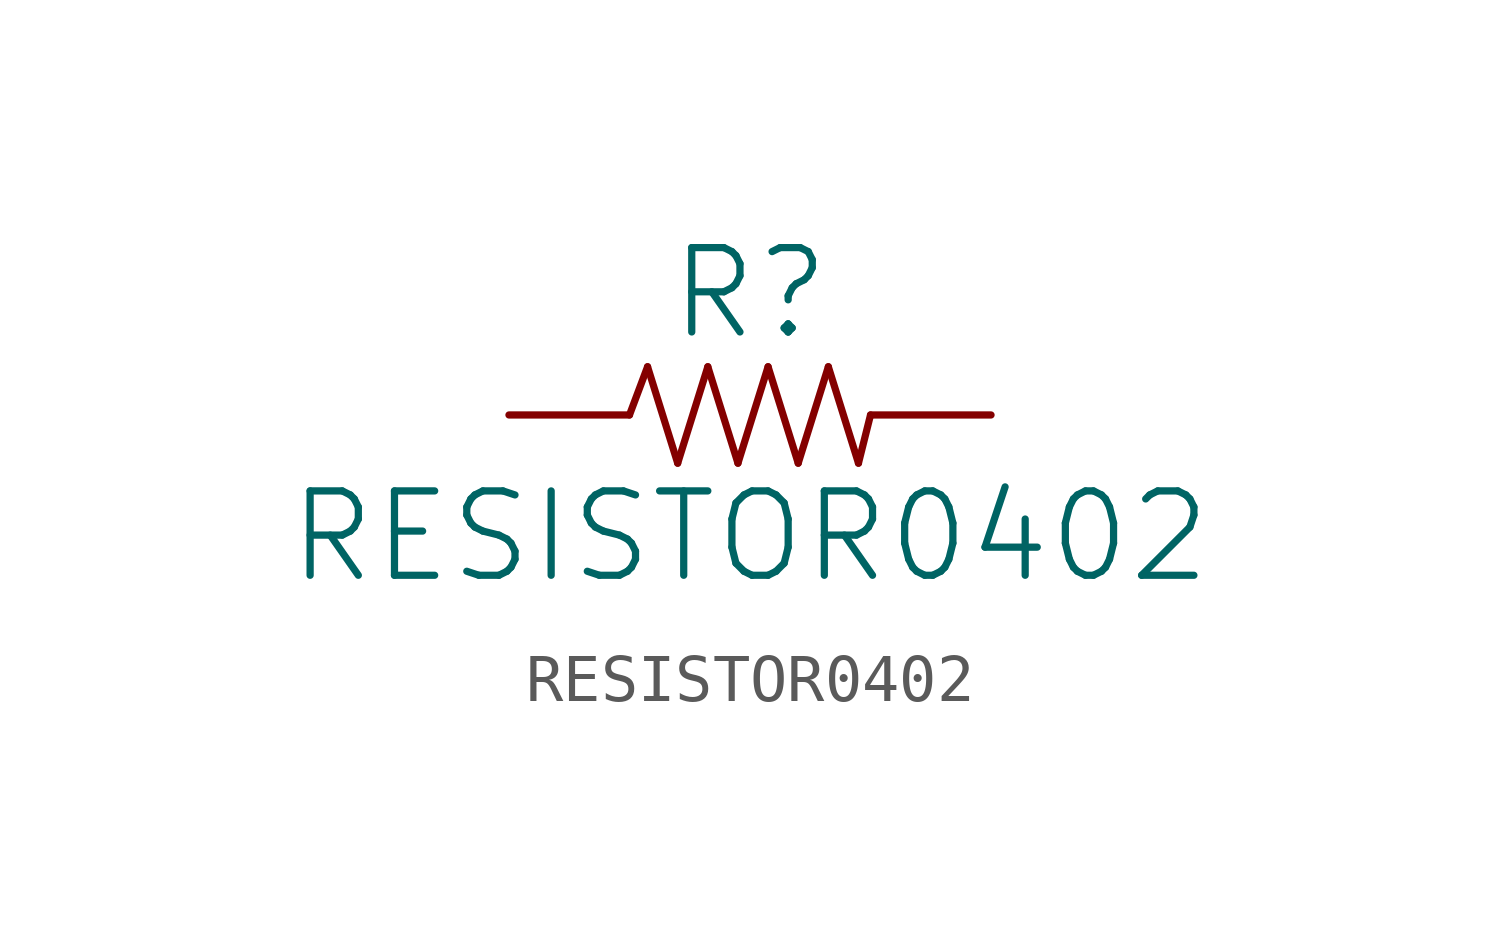
<source format=kicad_sym>
(kicad_symbol_lib
  (version 20211014)
  (generator kicad_symbol_editor)
  (symbol "RESISTOR0402"
    (property "Reference" "R"
      (at 0 1.524 0)
      (effects (font (size 1.778 1.778)) (justify bottom)))
    (property "Value" "RESISTOR0402"
      (at 0 -1.524 0)
      (effects (font (size 1.778 1.778)) (justify top)))
    (property "ki_locked" ""
      (at 0 0 0)
      (effects (font (size 1.27 1.27))))
    (symbol "RESISTOR0402_1_0"
      (polyline (pts (xy -2.54 0) (xy -2.159 1.016)) (stroke (width 0.152) (type default) (color 0 0 0 0)) (fill (type none)))
      (polyline (pts (xy -2.159 1.016) (xy -1.524 -1.016)) (stroke (width 0.152) (type default) (color 0 0 0 0)) (fill (type none)))
      (polyline (pts (xy -1.524 -1.016) (xy -0.889 1.016)) (stroke (width 0.152) (type default) (color 0 0 0 0)) (fill (type none)))
      (polyline (pts (xy -0.889 1.016) (xy -0.254 -1.016)) (stroke (width 0.152) (type default) (color 0 0 0 0)) (fill (type none)))
      (polyline (pts (xy -0.254 -1.016) (xy 0.381 1.016)) (stroke (width 0.152) (type default) (color 0 0 0 0)) (fill (type none)))
      (polyline (pts (xy 0.381 1.016) (xy 1.016 -1.016)) (stroke (width 0.152) (type default) (color 0 0 0 0)) (fill (type none)))
      (polyline (pts (xy 1.016 -1.016) (xy 1.651 1.016)) (stroke (width 0.152) (type default) (color 0 0 0 0)) (fill (type none)))
      (polyline (pts (xy 1.651 1.016) (xy 2.286 -1.016)) (stroke (width 0.152) (type default) (color 0 0 0 0)) (fill (type none)))
      (polyline (pts (xy 2.286 -1.016) (xy 2.54 0)) (stroke (width 0.152) (type default) (color 0 0 0 0)) (fill (type none)))
      (pin passive line (at -5.08 0 0) (length 2.54) (name "1" (effects (font (size 0 0)))) (number "1" (effects (font (size 0 0)))))
      (pin passive line (at 5.08 0 180) (length 2.54) (name "2" (effects (font (size 0 0)))) (number "2" (effects (font (size 0 0))))))))
</source>
